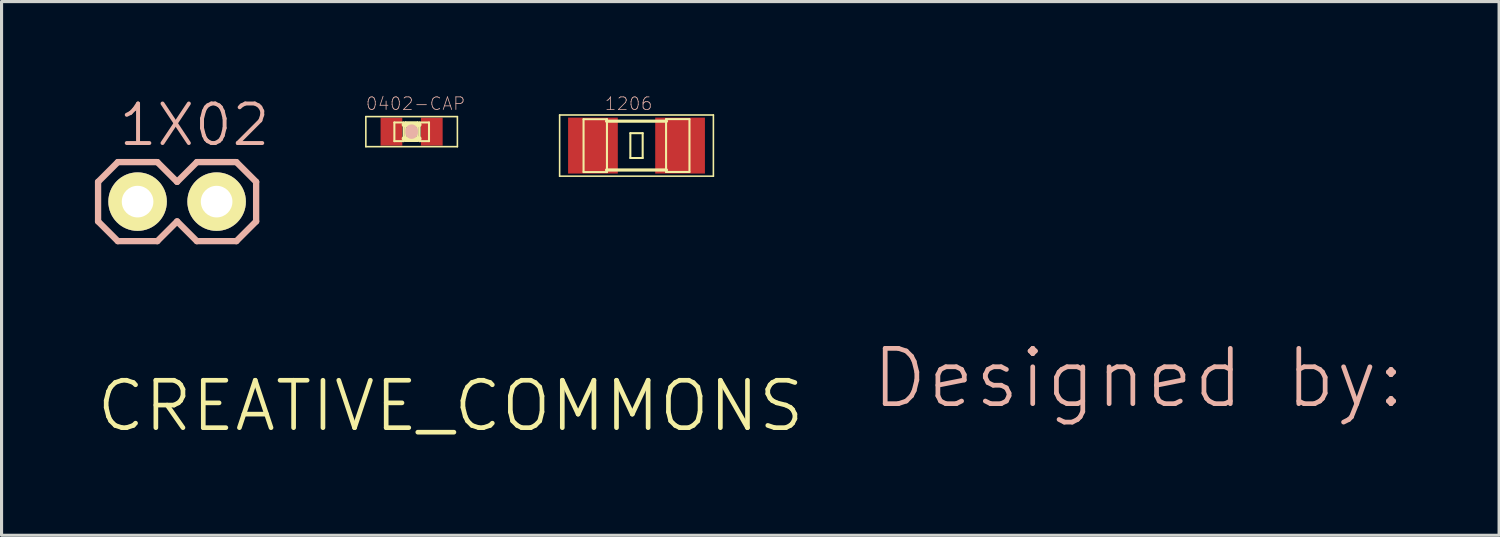
<source format=kicad_pcb>
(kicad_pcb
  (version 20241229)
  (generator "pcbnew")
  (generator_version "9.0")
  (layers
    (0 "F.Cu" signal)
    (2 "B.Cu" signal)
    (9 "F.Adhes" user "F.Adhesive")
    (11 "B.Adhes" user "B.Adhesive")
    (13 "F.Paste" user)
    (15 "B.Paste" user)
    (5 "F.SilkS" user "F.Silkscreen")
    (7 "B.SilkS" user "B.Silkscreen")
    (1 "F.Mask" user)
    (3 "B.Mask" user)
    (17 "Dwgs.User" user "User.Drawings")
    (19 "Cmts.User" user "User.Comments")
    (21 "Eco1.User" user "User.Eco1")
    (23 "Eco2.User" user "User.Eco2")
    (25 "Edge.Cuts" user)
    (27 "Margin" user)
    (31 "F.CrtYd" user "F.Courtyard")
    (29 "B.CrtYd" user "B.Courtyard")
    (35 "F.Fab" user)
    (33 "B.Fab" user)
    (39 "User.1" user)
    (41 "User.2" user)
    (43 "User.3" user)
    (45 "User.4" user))
  (footprint "1X02"
    (layer "F.Cu")
    (at 1.372 3.43)
    (property "Reference" "1X02" (at 1.829 -2.464 0) (layer "B.SilkS") (effects (font (size 1.27 1.27) (thickness 0.127))))
    (attr exclude_from_pos_files exclude_from_bom)
    (fp_line (start -0.254 -0.254) (end 0.254 -0.254) (stroke (width 0.066) (type solid)) (layer "F.SilkS"))
    (fp_line (start -0.254 0.254) (end -0.254 -0.254) (stroke (width 0.066) (type solid)) (layer "F.SilkS"))
    (fp_line (start -0.254 0.254) (end 0.254 0.254) (stroke (width 0.066) (type solid)) (layer "F.SilkS"))
    (fp_line (start 0.254 0.254) (end 0.254 -0.254) (stroke (width 0.066) (type solid)) (layer "F.SilkS"))
    (fp_line (start 2.286 -0.254) (end 2.794 -0.254) (stroke (width 0.066) (type solid)) (layer "F.SilkS"))
    (fp_line (start 2.286 0.254) (end 2.286 -0.254) (stroke (width 0.066) (type solid)) (layer "F.SilkS"))
    (fp_line (start 2.286 0.254) (end 2.794 0.254) (stroke (width 0.066) (type solid)) (layer "F.SilkS"))
    (fp_line (start 2.794 0.254) (end 2.794 -0.254) (stroke (width 0.066) (type solid)) (layer "F.SilkS"))
    (fp_line (start -1.27 -0.635) (end -1.27 0.635) (stroke (width 0.203) (type solid)) (layer "B.SilkS"))
    (fp_line (start -1.27 0.635) (end -0.635 1.27) (stroke (width 0.203) (type solid)) (layer "B.SilkS"))
    (fp_line (start -0.635 -1.27) (end -1.27 -0.635) (stroke (width 0.203) (type solid)) (layer "B.SilkS"))
    (fp_line (start -0.635 -1.27) (end 0.635 -1.27) (stroke (width 0.203) (type solid)) (layer "B.SilkS"))
    (fp_line (start 0.635 -1.27) (end 1.27 -0.635) (stroke (width 0.203) (type solid)) (layer "B.SilkS"))
    (fp_line (start 0.635 1.27) (end -0.635 1.27) (stroke (width 0.203) (type solid)) (layer "B.SilkS"))
    (fp_line (start 1.27 -0.635) (end 1.905 -1.27) (stroke (width 0.203) (type solid)) (layer "B.SilkS"))
    (fp_line (start 1.27 0.635) (end 0.635 1.27) (stroke (width 0.203) (type solid)) (layer "B.SilkS"))
    (fp_line (start 1.905 -1.27) (end 3.175 -1.27) (stroke (width 0.203) (type solid)) (layer "B.SilkS"))
    (fp_line (start 1.905 1.27) (end 1.27 0.635) (stroke (width 0.203) (type solid)) (layer "B.SilkS"))
    (fp_line (start 3.175 -1.27) (end 3.81 -0.635) (stroke (width 0.203) (type solid)) (layer "B.SilkS"))
    (fp_line (start 3.175 1.27) (end 1.905 1.27) (stroke (width 0.203) (type solid)) (layer "B.SilkS"))
    (fp_line (start 3.81 -0.635) (end 3.81 0.635) (stroke (width 0.203) (type solid)) (layer "B.SilkS"))
    (fp_line (start 3.81 0.635) (end 3.175 1.27) (stroke (width 0.203) (type solid)) (layer "B.SilkS"))
    (pad "1" thru_hole circle (at 0 0) (size 1.88 1.88) (drill 1.016) (layers "*.Cu" "F.Mask" "F.SilkS" "F.Paste"))
    (pad "2" thru_hole circle (at 2.54 0) (size 1.88 1.88) (drill 1.016) (layers "*.Cu" "F.Mask" "F.SilkS" "F.Paste")))
  (footprint "1206"
    (layer "F.Cu")
    (at 17.407 1.629)
    (property "Reference" "1206" (at -0.254 -1.346 0) (layer "B.SilkS") (effects (font (size 0.406 0.406) (thickness 0.025))))
    (attr smd)
    (fp_line (start -2.471 -0.983) (end 2.471 -0.983) (stroke (width 0.051) (type solid)) (layer "F.SilkS"))
    (fp_line (start -2.471 0.983) (end -2.471 -0.983) (stroke (width 0.051) (type solid)) (layer "F.SilkS"))
    (fp_line (start -1.702 -0.848) (end -0.95 -0.848) (stroke (width 0.066) (type solid)) (layer "F.SilkS"))
    (fp_line (start -1.702 0.851) (end -1.702 -0.848) (stroke (width 0.066) (type solid)) (layer "F.SilkS"))
    (fp_line (start -1.702 0.851) (end -0.95 0.851) (stroke (width 0.066) (type solid)) (layer "F.SilkS"))
    (fp_line (start -0.963 -0.785) (end 0.963 -0.785) (stroke (width 0.102) (type solid)) (layer "F.SilkS"))
    (fp_line (start -0.963 0.785) (end 0.963 0.785) (stroke (width 0.102) (type solid)) (layer "F.SilkS"))
    (fp_line (start -0.95 0.851) (end -0.95 -0.848) (stroke (width 0.066) (type solid)) (layer "F.SilkS"))
    (fp_line (start -0.198 -0.399) (end 0.198 -0.399) (stroke (width 0.066) (type solid)) (layer "F.SilkS"))
    (fp_line (start -0.198 0.399) (end -0.198 -0.399) (stroke (width 0.066) (type solid)) (layer "F.SilkS"))
    (fp_line (start -0.198 0.399) (end 0.198 0.399) (stroke (width 0.066) (type solid)) (layer "F.SilkS"))
    (fp_line (start 0.198 0.399) (end 0.198 -0.399) (stroke (width 0.066) (type solid)) (layer "F.SilkS"))
    (fp_line (start 0.95 -0.851) (end 1.702 -0.851) (stroke (width 0.066) (type solid)) (layer "F.SilkS"))
    (fp_line (start 0.95 0.848) (end 0.95 -0.851) (stroke (width 0.066) (type solid)) (layer "F.SilkS"))
    (fp_line (start 0.95 0.848) (end 1.702 0.848) (stroke (width 0.066) (type solid)) (layer "F.SilkS"))
    (fp_line (start 1.702 0.848) (end 1.702 -0.851) (stroke (width 0.066) (type solid)) (layer "F.SilkS"))
    (fp_line (start 2.471 -0.983) (end 2.471 0.983) (stroke (width 0.051) (type solid)) (layer "F.SilkS"))
    (fp_line (start 2.471 0.983) (end -2.471 0.983) (stroke (width 0.051) (type solid)) (layer "F.SilkS"))
    (pad "1" smd rect (at -1.4 0) (size 1.598 1.798) (layers "F.Cu" "F.Mask" "F.Paste"))
    (pad "2" smd rect (at 1.4 0) (size 1.598 1.798) (layers "F.Cu" "F.Mask" "F.Paste")))
  (footprint "0402-CAP"
    (layer "F.Cu")
    (at 10.179 1.181)
    (property "Reference" "0402-CAP" (at 0.127 -0.899 0) (layer "B.SilkS") (effects (font (size 0.406 0.406) (thickness 0.025))))
    (attr smd)
    (fp_line (start -1.471 -0.483) (end 1.471 -0.483) (stroke (width 0.051) (type solid)) (layer "F.SilkS"))
    (fp_line (start -1.471 0.483) (end -1.471 -0.483) (stroke (width 0.051) (type solid)) (layer "F.SilkS"))
    (fp_line (start -0.554 -0.295) (end -0.254 -0.295) (stroke (width 0.066) (type solid)) (layer "F.SilkS"))
    (fp_line (start -0.554 0.305) (end -0.554 -0.295) (stroke (width 0.066) (type solid)) (layer "F.SilkS"))
    (fp_line (start -0.554 0.305) (end -0.254 0.305) (stroke (width 0.066) (type solid)) (layer "F.SilkS"))
    (fp_line (start -0.254 0.305) (end -0.254 -0.295) (stroke (width 0.066) (type solid)) (layer "F.SilkS"))
    (fp_line (start -0.244 -0.224) (end 0.244 -0.224) (stroke (width 0.152) (type solid)) (layer "F.SilkS"))
    (fp_line (start -0.198 -0.3) (end 0.198 -0.3) (stroke (width 0.066) (type solid)) (layer "F.SilkS"))
    (fp_line (start -0.198 0.3) (end -0.198 -0.3) (stroke (width 0.066) (type solid)) (layer "F.SilkS"))
    (fp_line (start -0.198 0.3) (end 0.198 0.3) (stroke (width 0.066) (type solid)) (layer "F.SilkS"))
    (fp_line (start 0.198 0.3) (end 0.198 -0.3) (stroke (width 0.066) (type solid)) (layer "F.SilkS"))
    (fp_line (start 0.244 0.224) (end -0.244 0.224) (stroke (width 0.152) (type solid)) (layer "F.SilkS"))
    (fp_line (start 0.257 -0.295) (end 0.559 -0.295) (stroke (width 0.066) (type solid)) (layer "F.SilkS"))
    (fp_line (start 0.257 0.305) (end 0.257 -0.295) (stroke (width 0.066) (type solid)) (layer "F.SilkS"))
    (fp_line (start 0.257 0.305) (end 0.559 0.305) (stroke (width 0.066) (type solid)) (layer "F.SilkS"))
    (fp_line (start 0.559 0.305) (end 0.559 -0.295) (stroke (width 0.066) (type solid)) (layer "F.SilkS"))
    (fp_line (start 1.471 -0.483) (end 1.471 0.483) (stroke (width 0.051) (type solid)) (layer "F.SilkS"))
    (fp_line (start 1.471 0.483) (end -1.471 0.483) (stroke (width 0.051) (type solid)) (layer "F.SilkS"))
    (fp_line (start 0 -0.03) (end 0 0.03) (stroke (width 0.406) (type solid)) (layer "B.SilkS"))
    (pad "1" smd rect (at -0.648 0) (size 0.699 0.899) (layers "F.Cu" "F.Mask" "F.Paste"))
    (pad "2" smd rect (at 0.648 0) (size 0.699 0.899) (layers "F.Cu" "F.Mask" "F.Paste")))
  (footprint "CREATIVE_COMMONS"
    (layer "F.Cu")
    (at 11.43 9.998)
    (property "Reference" "CREATIVE_COMMONS" (at 0 0 0) (layer "F.SilkS") (effects (font (size 1.524 1.524) (thickness 0.15))))
    (attr exclude_from_pos_files exclude_from_bom)
    (fp_text user "Designed by:" (at 22.098 -0.889 0) (layer "B.SilkS") (effects (font (size 1.778 1.778) (thickness 0.152)))))
  (gr_rect
    (start -3 -3)
    (end 45.13 14.153)
    (stroke (width 0.1) (type default))
    (fill no)
    (layer "Edge.Cuts")))
</source>
